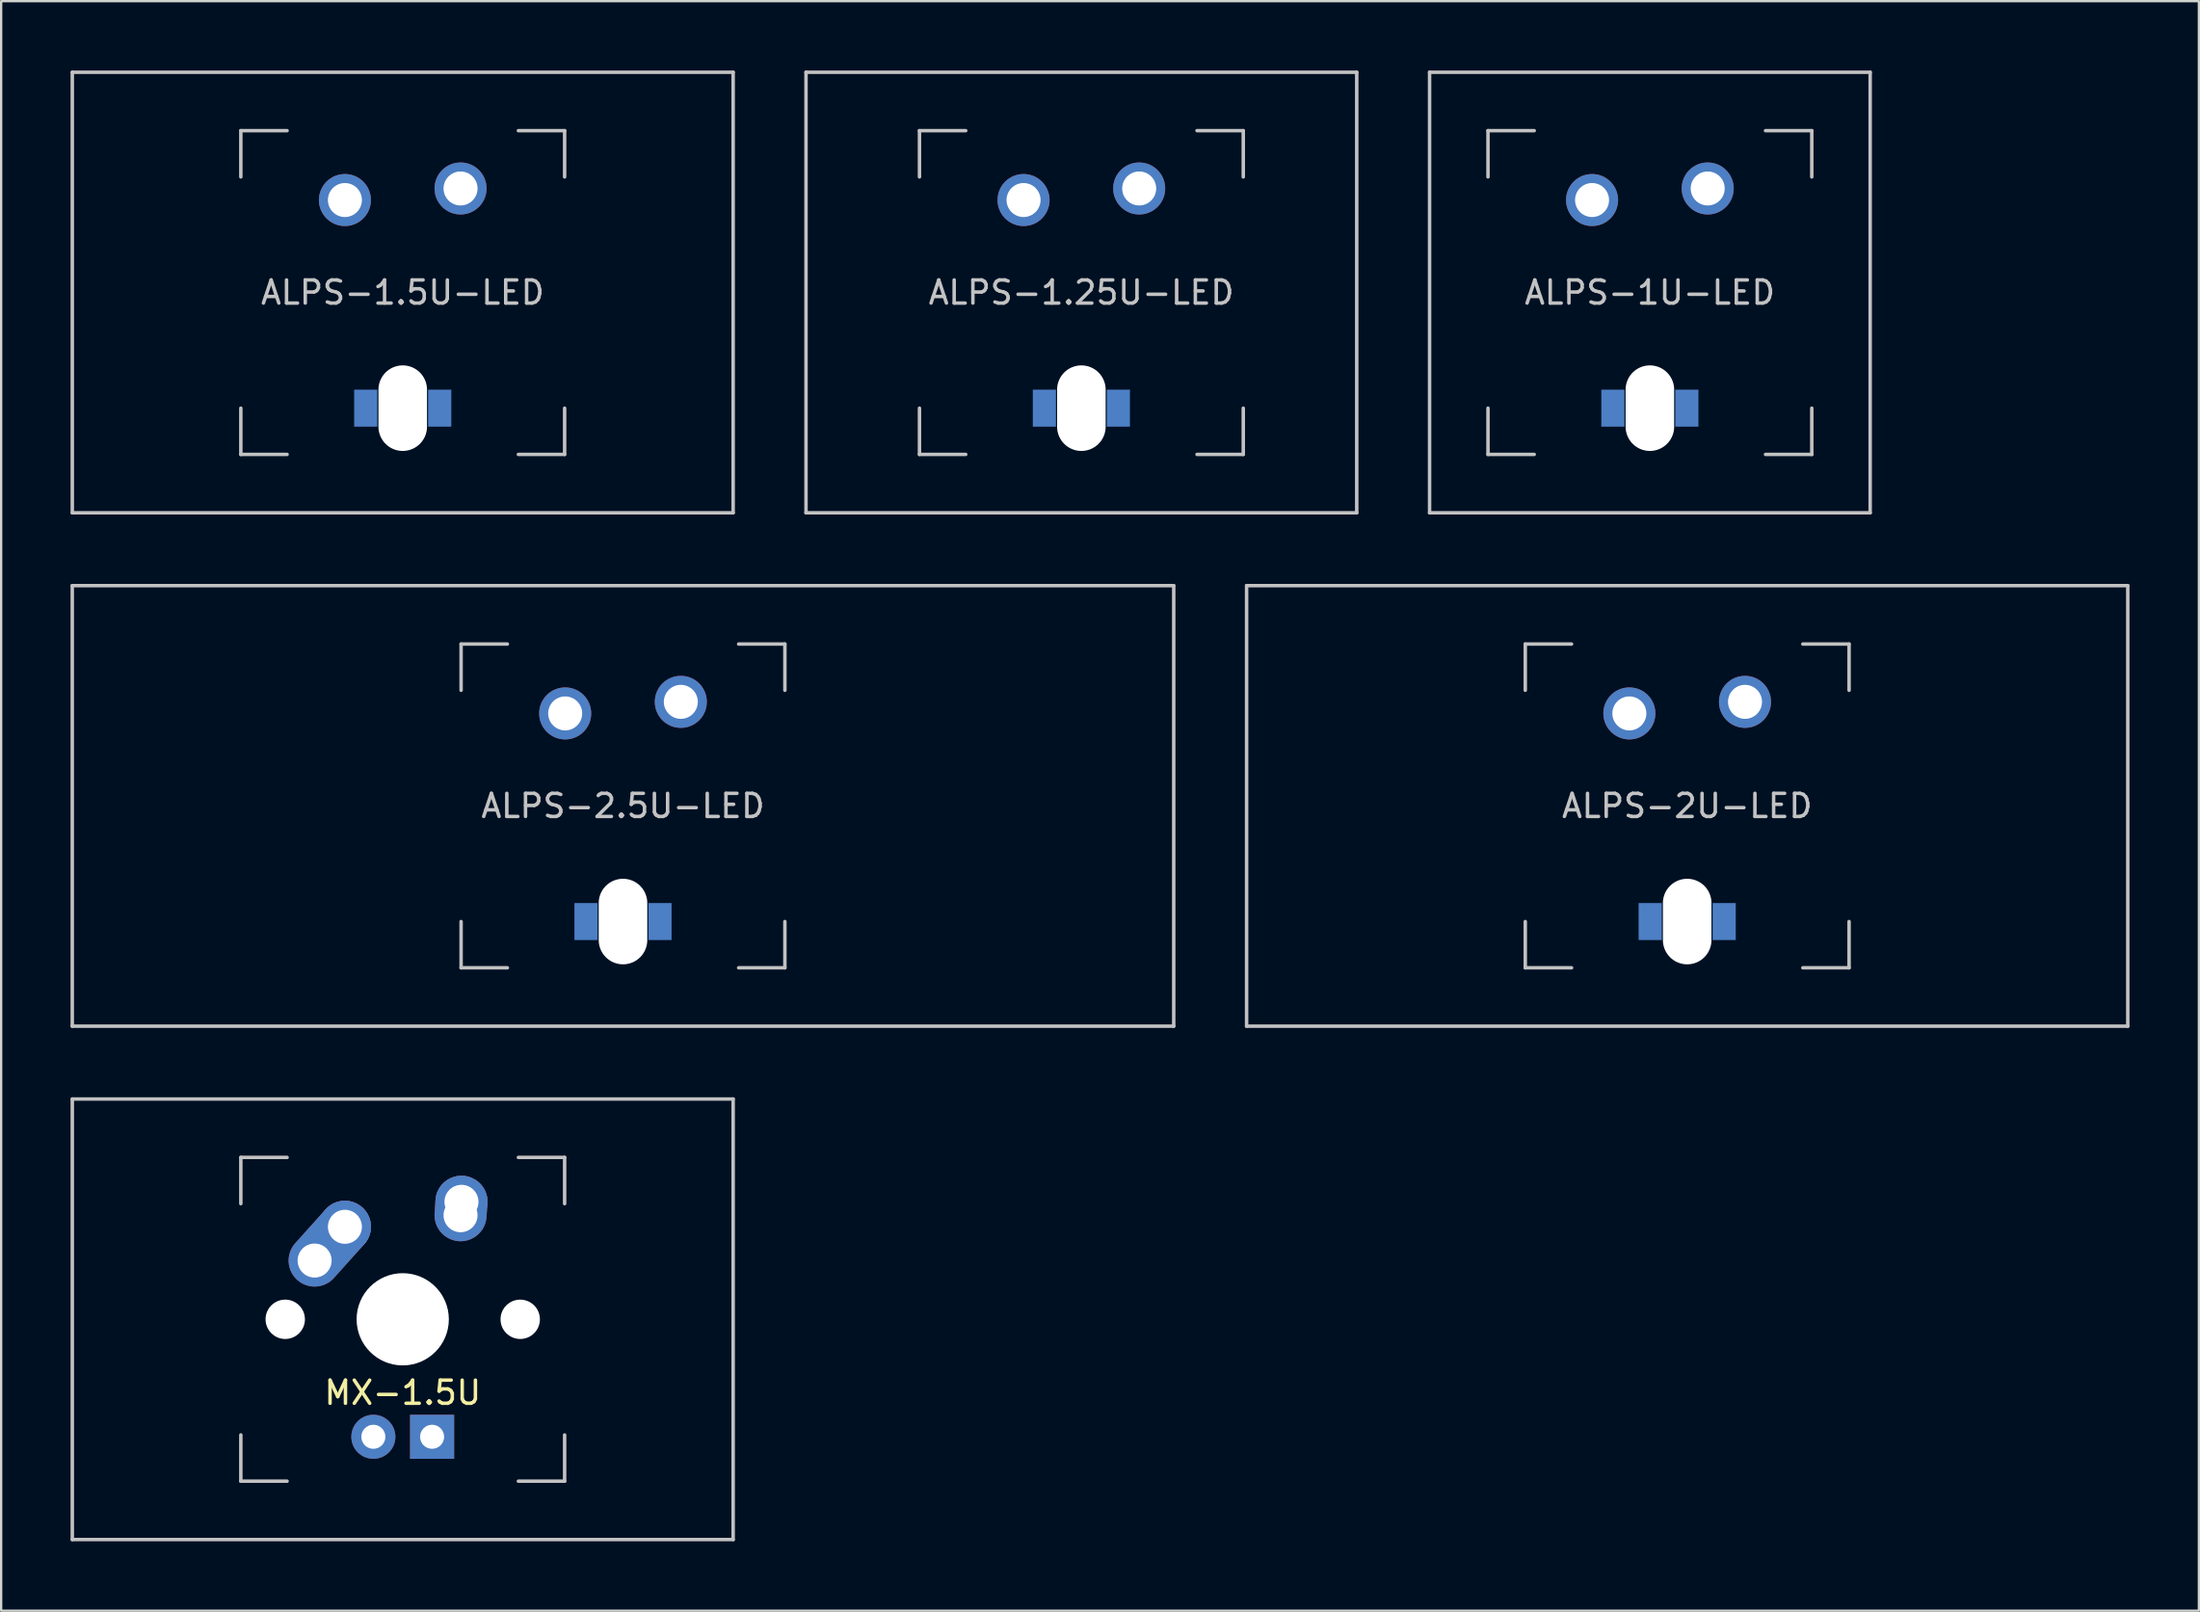
<source format=kicad_pcb>
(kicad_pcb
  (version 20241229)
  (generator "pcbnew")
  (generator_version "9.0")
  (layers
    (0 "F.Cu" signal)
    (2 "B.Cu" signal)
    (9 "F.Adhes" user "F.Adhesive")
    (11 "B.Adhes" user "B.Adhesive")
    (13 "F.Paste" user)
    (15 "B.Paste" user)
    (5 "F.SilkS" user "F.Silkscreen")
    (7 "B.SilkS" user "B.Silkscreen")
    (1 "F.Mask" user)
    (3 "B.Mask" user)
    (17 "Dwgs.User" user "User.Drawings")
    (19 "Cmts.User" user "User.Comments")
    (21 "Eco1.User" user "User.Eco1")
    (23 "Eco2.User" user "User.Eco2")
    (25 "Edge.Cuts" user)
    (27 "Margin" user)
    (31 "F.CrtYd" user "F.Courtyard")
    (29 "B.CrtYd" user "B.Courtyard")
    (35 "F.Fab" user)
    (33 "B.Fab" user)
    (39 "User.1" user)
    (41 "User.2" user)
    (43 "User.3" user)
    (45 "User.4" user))
  (footprint "ALPS-1.5U-LED"
    (layer "F.Cu")
    (at 14.363 9.6)
    (property "Reference" "ALPS-1.5U-LED" (at 0 0 0) (layer "Dwgs.User") (effects (font (size 1 1) (thickness 0.15))))
    (attr through_hole)
    (fp_line (start -14.287 -9.525) (end 14.287 -9.525) (stroke (width 0.15) (type solid)) (layer "Dwgs.User"))
    (fp_line (start -14.287 9.525) (end -14.287 -9.525) (stroke (width 0.15) (type solid)) (layer "Dwgs.User"))
    (fp_line (start -14.287 9.525) (end 14.287 9.525) (stroke (width 0.15) (type solid)) (layer "Dwgs.User"))
    (fp_line (start -7 -7) (end -7 -5) (stroke (width 0.15) (type solid)) (layer "Dwgs.User"))
    (fp_line (start -7 5) (end -7 7) (stroke (width 0.15) (type solid)) (layer "Dwgs.User"))
    (fp_line (start -7 7) (end -5 7) (stroke (width 0.15) (type solid)) (layer "Dwgs.User"))
    (fp_line (start -5 -7) (end -7 -7) (stroke (width 0.15) (type solid)) (layer "Dwgs.User"))
    (fp_line (start 5 -7) (end 7 -7) (stroke (width 0.15) (type solid)) (layer "Dwgs.User"))
    (fp_line (start 5 7) (end 7 7) (stroke (width 0.15) (type solid)) (layer "Dwgs.User"))
    (fp_line (start 7 -7) (end 7 -5) (stroke (width 0.15) (type solid)) (layer "Dwgs.User"))
    (fp_line (start 7 7) (end 7 5) (stroke (width 0.15) (type solid)) (layer "Dwgs.User"))
    (fp_line (start 14.287 -9.525) (end 14.287 9.525) (stroke (width 0.15) (type solid)) (layer "Dwgs.User"))
    (pad "" np_thru_hole oval (at 0 5) (size 2.1 3.7) (drill oval 2.1 3.7) (layers "*.Cu" "*.Mask"))
    (pad "1" thru_hole circle (at -2.5 -4) (size 2.25 2.25) (drill 1.47) (layers "*.Cu" "B.Mask"))
    (pad "2" thru_hole circle (at 2.5 -4.5) (size 2.25 2.25) (drill 1.47) (layers "*.Cu" "B.Mask"))
    (pad "3" smd rect (at -1.6 5) (size 1 1.6) (layers "B.Cu" "B.Mask" "B.Paste"))
    (pad "4" smd rect (at 1.6 5) (size 1 1.6) (layers "B.Cu" "B.Mask" "B.Paste")))
  (footprint "ALPS-2U-LED"
    (layer "F.Cu")
    (at 69.9 31.8)
    (property "Reference" "ALPS-2U-LED" (at 0 0 0) (layer "Dwgs.User") (effects (font (size 1 1) (thickness 0.15))))
    (attr through_hole)
    (fp_line (start -19.05 -9.525) (end 19.05 -9.525) (stroke (width 0.15) (type solid)) (layer "Dwgs.User"))
    (fp_line (start -19.05 9.525) (end -19.05 -9.525) (stroke (width 0.15) (type solid)) (layer "Dwgs.User"))
    (fp_line (start -19.05 9.525) (end 19.05 9.525) (stroke (width 0.15) (type solid)) (layer "Dwgs.User"))
    (fp_line (start -7 -7) (end -7 -5) (stroke (width 0.15) (type solid)) (layer "Dwgs.User"))
    (fp_line (start -7 5) (end -7 7) (stroke (width 0.15) (type solid)) (layer "Dwgs.User"))
    (fp_line (start -7 7) (end -5 7) (stroke (width 0.15) (type solid)) (layer "Dwgs.User"))
    (fp_line (start -5 -7) (end -7 -7) (stroke (width 0.15) (type solid)) (layer "Dwgs.User"))
    (fp_line (start 5 -7) (end 7 -7) (stroke (width 0.15) (type solid)) (layer "Dwgs.User"))
    (fp_line (start 5 7) (end 7 7) (stroke (width 0.15) (type solid)) (layer "Dwgs.User"))
    (fp_line (start 7 -7) (end 7 -5) (stroke (width 0.15) (type solid)) (layer "Dwgs.User"))
    (fp_line (start 7 7) (end 7 5) (stroke (width 0.15) (type solid)) (layer "Dwgs.User"))
    (fp_line (start 19.05 -9.525) (end 19.05 9.525) (stroke (width 0.15) (type solid)) (layer "Dwgs.User"))
    (pad "" np_thru_hole oval (at 0 5) (size 2.1 3.7) (drill oval 2.1 3.7) (layers "*.Cu" "*.Mask"))
    (pad "1" thru_hole circle (at -2.5 -4) (size 2.25 2.25) (drill 1.47) (layers "*.Cu" "B.Mask"))
    (pad "2" thru_hole circle (at 2.5 -4.5) (size 2.25 2.25) (drill 1.47) (layers "*.Cu" "B.Mask"))
    (pad "3" smd rect (at -1.6 5) (size 1 1.6) (layers "B.Cu" "B.Mask" "B.Paste"))
    (pad "4" smd rect (at 1.6 5) (size 1 1.6) (layers "B.Cu" "B.Mask" "B.Paste")))
  (footprint "ALPS-1.25U-LED"
    (layer "F.Cu")
    (at 43.706 9.6)
    (property "Reference" "ALPS-1.25U-LED" (at 0 0 0) (layer "Dwgs.User") (effects (font (size 1 1) (thickness 0.15))))
    (attr through_hole)
    (fp_line (start -11.906 -9.525) (end 11.906 -9.525) (stroke (width 0.15) (type solid)) (layer "Dwgs.User"))
    (fp_line (start -11.906 9.525) (end -11.906 -9.525) (stroke (width 0.15) (type solid)) (layer "Dwgs.User"))
    (fp_line (start -11.906 9.525) (end 11.906 9.525) (stroke (width 0.15) (type solid)) (layer "Dwgs.User"))
    (fp_line (start -7 -7) (end -7 -5) (stroke (width 0.15) (type solid)) (layer "Dwgs.User"))
    (fp_line (start -7 5) (end -7 7) (stroke (width 0.15) (type solid)) (layer "Dwgs.User"))
    (fp_line (start -7 7) (end -5 7) (stroke (width 0.15) (type solid)) (layer "Dwgs.User"))
    (fp_line (start -5 -7) (end -7 -7) (stroke (width 0.15) (type solid)) (layer "Dwgs.User"))
    (fp_line (start 5 -7) (end 7 -7) (stroke (width 0.15) (type solid)) (layer "Dwgs.User"))
    (fp_line (start 5 7) (end 7 7) (stroke (width 0.15) (type solid)) (layer "Dwgs.User"))
    (fp_line (start 7 -7) (end 7 -5) (stroke (width 0.15) (type solid)) (layer "Dwgs.User"))
    (fp_line (start 7 7) (end 7 5) (stroke (width 0.15) (type solid)) (layer "Dwgs.User"))
    (fp_line (start 11.906 -9.525) (end 11.906 9.525) (stroke (width 0.15) (type solid)) (layer "Dwgs.User"))
    (pad "" np_thru_hole oval (at 0 5) (size 2.1 3.7) (drill oval 2.1 3.7) (layers "*.Cu" "*.Mask"))
    (pad "1" thru_hole circle (at -2.5 -4) (size 2.25 2.25) (drill 1.47) (layers "*.Cu" "B.Mask"))
    (pad "2" thru_hole circle (at 2.5 -4.5) (size 2.25 2.25) (drill 1.47) (layers "*.Cu" "B.Mask"))
    (pad "3" smd rect (at -1.6 5) (size 1 1.6) (layers "B.Cu" "B.Mask" "B.Paste"))
    (pad "4" smd rect (at 1.6 5) (size 1 1.6) (layers "B.Cu" "B.Mask" "B.Paste")))
  (footprint "MX-1.5U"
    (layer "F.Cu")
    (at 14.363 54)
    (property "Reference" "MX-1.5U" (at 0 3.175 0) (layer "F.SilkS") (effects (font (size 1 1) (thickness 0.15))))
    (attr through_hole)
    (fp_line (start -14.287 -9.525) (end 14.287 -9.525) (stroke (width 0.15) (type solid)) (layer "Dwgs.User"))
    (fp_line (start -14.287 9.525) (end -14.287 -9.525) (stroke (width 0.15) (type solid)) (layer "Dwgs.User"))
    (fp_line (start -14.287 9.525) (end 14.287 9.525) (stroke (width 0.15) (type solid)) (layer "Dwgs.User"))
    (fp_line (start -7 -7) (end -7 -5) (stroke (width 0.15) (type solid)) (layer "Dwgs.User"))
    (fp_line (start -7 5) (end -7 7) (stroke (width 0.15) (type solid)) (layer "Dwgs.User"))
    (fp_line (start -7 7) (end -5 7) (stroke (width 0.15) (type solid)) (layer "Dwgs.User"))
    (fp_line (start -5 -7) (end -7 -7) (stroke (width 0.15) (type solid)) (layer "Dwgs.User"))
    (fp_line (start 5 -7) (end 7 -7) (stroke (width 0.15) (type solid)) (layer "Dwgs.User"))
    (fp_line (start 5 7) (end 7 7) (stroke (width 0.15) (type solid)) (layer "Dwgs.User"))
    (fp_line (start 7 -7) (end 7 -5) (stroke (width 0.15) (type solid)) (layer "Dwgs.User"))
    (fp_line (start 7 7) (end 7 5) (stroke (width 0.15) (type solid)) (layer "Dwgs.User"))
    (fp_line (start 14.287 -9.525) (end 14.287 9.525) (stroke (width 0.15) (type solid)) (layer "Dwgs.User"))
    (pad "" np_thru_hole circle (at -5.08 0 48.1) (size 1.702 1.702) (drill 1.702) (layers "*.Cu" "*.Mask"))
    (pad "" np_thru_hole circle (at 0 0) (size 3.988 3.988) (drill 3.988) (layers "*.Cu" "*.Mask"))
    (pad "" np_thru_hole circle (at 5.08 0 48.1) (size 1.702 1.702) (drill 1.702) (layers "*.Cu" "*.Mask"))
    (pad "1" thru_hole oval (at -3.81 -2.54 48.1) (size 4.212 2.25) (drill 1.47 (offset 0.981 0)) (layers "*.Cu" "*.Mask"))
    (pad "1" thru_hole circle (at -2.5 -4) (size 2.25 2.25) (drill 1.47) (layers "*.Cu" "*.Mask"))
    (pad "2" thru_hole oval (at 2.5 -4.5 86.055) (size 2.831 2.25) (drill 1.47 (offset 0.291 0)) (layers "*.Cu" "*.Mask"))
    (pad "2" thru_hole circle (at 2.54 -5.08) (size 2.25 2.25) (drill 1.47) (layers "*.Cu" "*.Mask"))
    (pad "3" thru_hole circle (at -1.27 5.08) (size 1.905 1.905) (drill 1.04) (layers "*.Cu" "*.Mask"))
    (pad "4" thru_hole rect (at 1.27 5.08) (size 1.905 1.905) (drill 1.04) (layers "*.Cu" "*.Mask")))
  (footprint "ALPS-2.5U-LED"
    (layer "F.Cu")
    (at 23.887 31.8)
    (property "Reference" "ALPS-2.5U-LED" (at 0 0 0) (layer "Dwgs.User") (effects (font (size 1 1) (thickness 0.15))))
    (attr through_hole)
    (fp_line (start -23.812 -9.525) (end 23.812 -9.525) (stroke (width 0.15) (type solid)) (layer "Dwgs.User"))
    (fp_line (start -23.812 9.525) (end -23.812 -9.525) (stroke (width 0.15) (type solid)) (layer "Dwgs.User"))
    (fp_line (start -23.812 9.525) (end 23.812 9.525) (stroke (width 0.15) (type solid)) (layer "Dwgs.User"))
    (fp_line (start -7 -7) (end -7 -5) (stroke (width 0.15) (type solid)) (layer "Dwgs.User"))
    (fp_line (start -7 5) (end -7 7) (stroke (width 0.15) (type solid)) (layer "Dwgs.User"))
    (fp_line (start -7 7) (end -5 7) (stroke (width 0.15) (type solid)) (layer "Dwgs.User"))
    (fp_line (start -5 -7) (end -7 -7) (stroke (width 0.15) (type solid)) (layer "Dwgs.User"))
    (fp_line (start 5 -7) (end 7 -7) (stroke (width 0.15) (type solid)) (layer "Dwgs.User"))
    (fp_line (start 5 7) (end 7 7) (stroke (width 0.15) (type solid)) (layer "Dwgs.User"))
    (fp_line (start 7 -7) (end 7 -5) (stroke (width 0.15) (type solid)) (layer "Dwgs.User"))
    (fp_line (start 7 7) (end 7 5) (stroke (width 0.15) (type solid)) (layer "Dwgs.User"))
    (fp_line (start 23.812 -9.525) (end 23.812 9.525) (stroke (width 0.15) (type solid)) (layer "Dwgs.User"))
    (pad "" np_thru_hole oval (at 0 5) (size 2.1 3.7) (drill oval 2.1 3.7) (layers "*.Cu" "*.Mask"))
    (pad "1" thru_hole circle (at -2.5 -4) (size 2.25 2.25) (drill 1.47) (layers "*.Cu" "B.Mask"))
    (pad "2" thru_hole circle (at 2.5 -4.5) (size 2.25 2.25) (drill 1.47) (layers "*.Cu" "B.Mask"))
    (pad "3" smd rect (at -1.6 5) (size 1 1.6) (layers "B.Cu" "B.Mask" "B.Paste"))
    (pad "4" smd rect (at 1.6 5) (size 1 1.6) (layers "B.Cu" "B.Mask" "B.Paste")))
  (footprint "ALPS-1U-LED"
    (layer "F.Cu")
    (at 68.287 9.6)
    (property "Reference" "ALPS-1U-LED" (at 0 0 0) (layer "Dwgs.User") (effects (font (size 1 1) (thickness 0.15))))
    (attr through_hole)
    (fp_line (start -9.525 -9.525) (end 9.525 -9.525) (stroke (width 0.15) (type solid)) (layer "Dwgs.User"))
    (fp_line (start -9.525 9.525) (end -9.525 -9.525) (stroke (width 0.15) (type solid)) (layer "Dwgs.User"))
    (fp_line (start -9.525 9.525) (end 9.525 9.525) (stroke (width 0.15) (type solid)) (layer "Dwgs.User"))
    (fp_line (start -7 -7) (end -7 -5) (stroke (width 0.15) (type solid)) (layer "Dwgs.User"))
    (fp_line (start -7 5) (end -7 7) (stroke (width 0.15) (type solid)) (layer "Dwgs.User"))
    (fp_line (start -7 7) (end -5 7) (stroke (width 0.15) (type solid)) (layer "Dwgs.User"))
    (fp_line (start -5 -7) (end -7 -7) (stroke (width 0.15) (type solid)) (layer "Dwgs.User"))
    (fp_line (start 5 -7) (end 7 -7) (stroke (width 0.15) (type solid)) (layer "Dwgs.User"))
    (fp_line (start 5 7) (end 7 7) (stroke (width 0.15) (type solid)) (layer "Dwgs.User"))
    (fp_line (start 7 -7) (end 7 -5) (stroke (width 0.15) (type solid)) (layer "Dwgs.User"))
    (fp_line (start 7 7) (end 7 5) (stroke (width 0.15) (type solid)) (layer "Dwgs.User"))
    (fp_line (start 9.525 -9.525) (end 9.525 9.525) (stroke (width 0.15) (type solid)) (layer "Dwgs.User"))
    (pad "" np_thru_hole oval (at 0 5) (size 2.1 3.7) (drill oval 2.1 3.7) (layers "*.Cu" "*.Mask"))
    (pad "1" thru_hole circle (at -2.5 -4) (size 2.25 2.25) (drill 1.47) (layers "*.Cu" "B.Mask"))
    (pad "2" thru_hole circle (at 2.5 -4.5) (size 2.25 2.25) (drill 1.47) (layers "*.Cu" "B.Mask"))
    (pad "3" smd rect (at -1.6 5) (size 1 1.6) (layers "B.Cu" "B.Mask" "B.Paste"))
    (pad "4" smd rect (at 1.6 5) (size 1 1.6) (layers "B.Cu" "B.Mask" "B.Paste")))
  (gr_rect
    (start -3 -3)
    (end 92.025 66.6)
    (stroke (width 0.1) (type default))
    (fill no)
    (layer "Edge.Cuts")))
</source>
